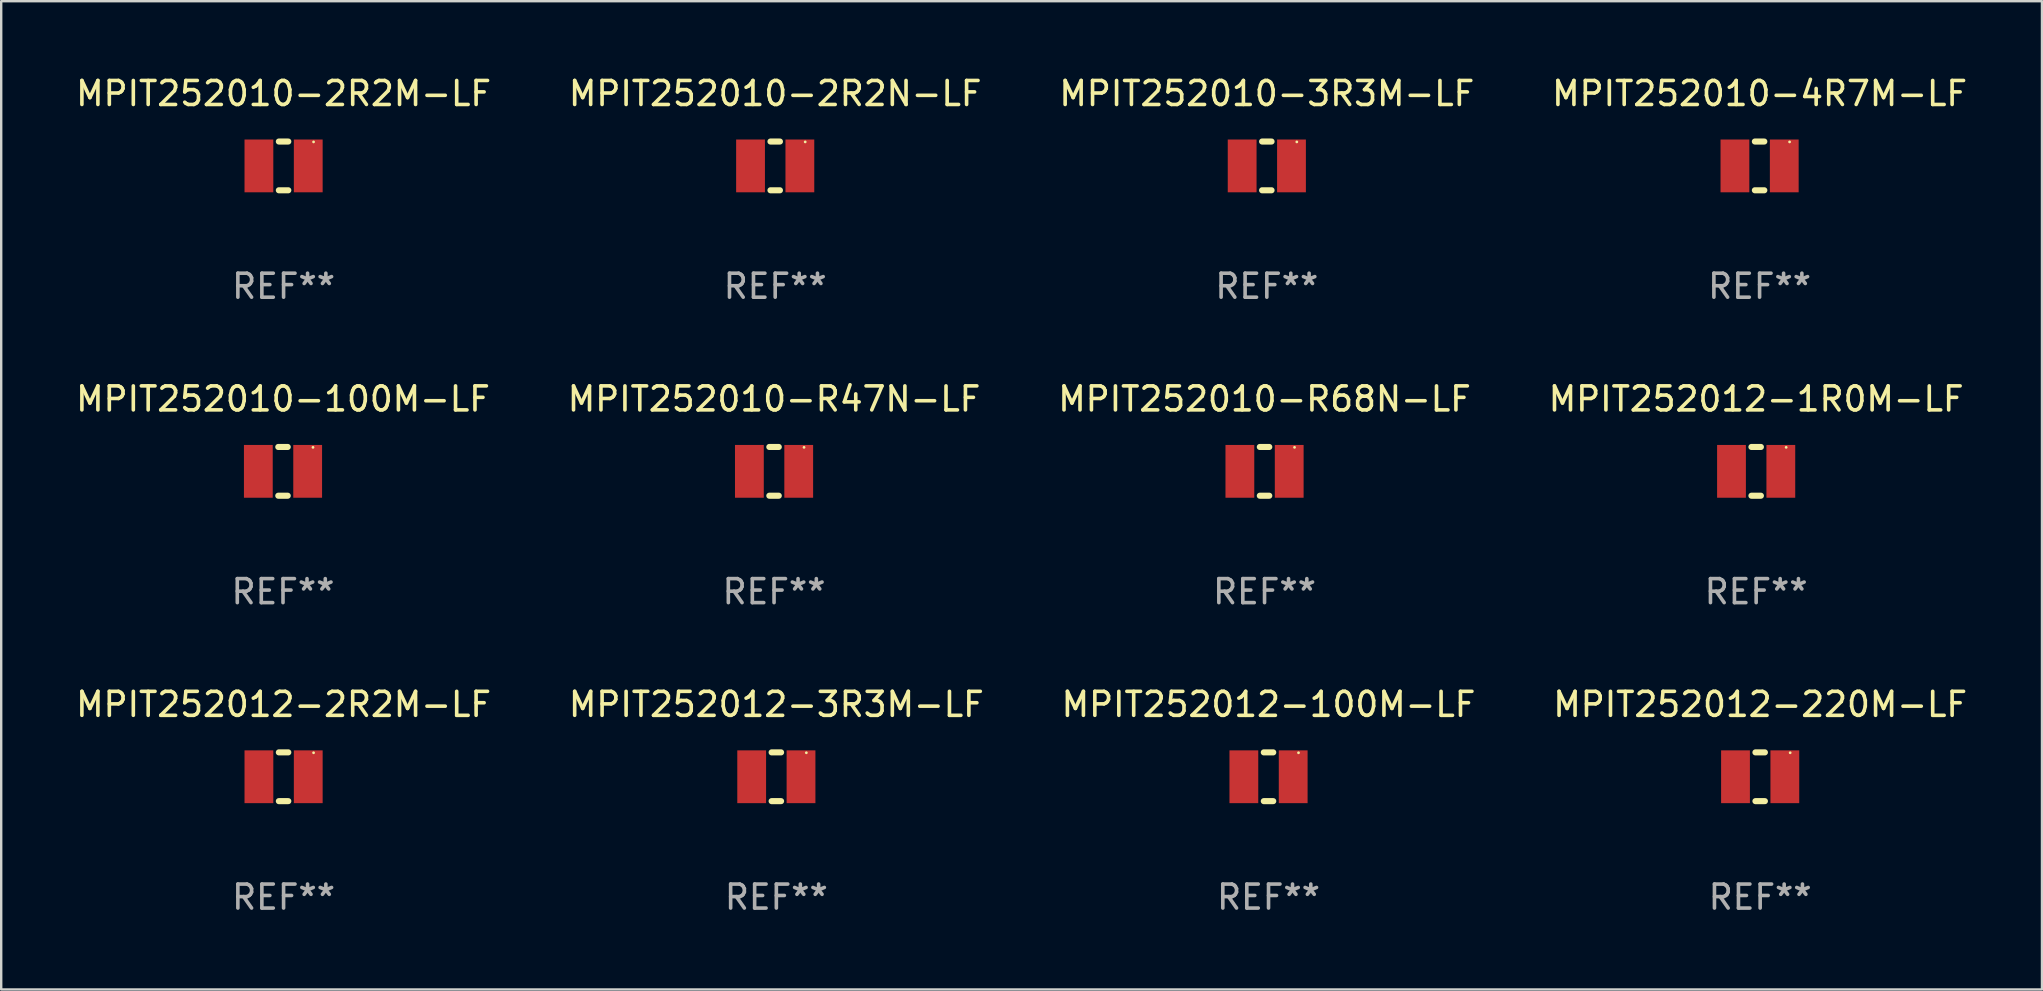
<source format=kicad_pcb>
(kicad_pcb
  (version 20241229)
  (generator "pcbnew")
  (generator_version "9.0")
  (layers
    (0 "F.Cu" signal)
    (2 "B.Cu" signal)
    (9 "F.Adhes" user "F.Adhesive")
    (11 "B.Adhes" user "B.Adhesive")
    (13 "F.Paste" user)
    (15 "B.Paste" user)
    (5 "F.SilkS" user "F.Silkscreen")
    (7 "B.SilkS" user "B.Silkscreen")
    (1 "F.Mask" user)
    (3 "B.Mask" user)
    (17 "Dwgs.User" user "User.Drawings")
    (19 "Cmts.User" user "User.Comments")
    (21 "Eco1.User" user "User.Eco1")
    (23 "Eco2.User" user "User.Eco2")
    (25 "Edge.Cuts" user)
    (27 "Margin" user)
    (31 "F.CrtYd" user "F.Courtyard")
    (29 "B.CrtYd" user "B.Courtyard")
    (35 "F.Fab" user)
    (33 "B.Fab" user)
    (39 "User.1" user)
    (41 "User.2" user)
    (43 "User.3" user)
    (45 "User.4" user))
  (footprint "MPIT252010-2R2N-LF"
    (layer "F.Cu")
    (at 29.256 3.864)
    (property "Reference" "MPIT252010-2R2N-LF" (at 0 -3.016 0) (layer "F.SilkS") (effects (font (size 1 1) (thickness 0.15))))
    (attr through_hole)
    (fp_line (start -0.197 1.016) (end 0.197 1.016) (stroke (width 0.254) (type solid)) (layer "F.SilkS"))
    (fp_line (start 0.197 -1.016) (end -0.197 -1.016) (stroke (width 0.254) (type solid)) (layer "F.SilkS"))
    (fp_circle (center 1.25 -1) (end 1.28 -1) (stroke (width 0.06) (type solid)) (fill no) (layer "F.SilkS"))
    (fp_text user "REF**" (at 0 5.016 0) (layer "F.Fab") (effects (font (size 1 1) (thickness 0.15))))
    (pad "1" smd rect (at 1.028 0) (size 1.2 2.2) (layers "F.Cu" "F.Mask" "F.Paste"))
    (pad "2" smd rect (at -1.028 0) (size 1.2 2.2) (layers "F.Cu" "F.Mask" "F.Paste")))
  (footprint "MPIT252010-2R2M-LF"
    (layer "F.Cu")
    (at 8.768 3.864)
    (property "Reference" "MPIT252010-2R2M-LF" (at 0 -3.016 0) (layer "F.SilkS") (effects (font (size 1 1) (thickness 0.15))))
    (attr through_hole)
    (fp_line (start -0.197 1.016) (end 0.197 1.016) (stroke (width 0.254) (type solid)) (layer "F.SilkS"))
    (fp_line (start 0.197 -1.016) (end -0.197 -1.016) (stroke (width 0.254) (type solid)) (layer "F.SilkS"))
    (fp_circle (center 1.25 -1) (end 1.28 -1) (stroke (width 0.06) (type solid)) (fill no) (layer "F.SilkS"))
    (fp_text user "REF**" (at 0 5.016 0) (layer "F.Fab") (effects (font (size 1 1) (thickness 0.15))))
    (pad "1" smd rect (at 1.028 0) (size 1.2 2.2) (layers "F.Cu" "F.Mask" "F.Paste"))
    (pad "2" smd rect (at -1.028 0) (size 1.2 2.2) (layers "F.Cu" "F.Mask" "F.Paste")))
  (footprint "MPIT252012-1R0M-LF"
    (layer "F.Cu")
    (at 70.137 16.593)
    (property "Reference" "MPIT252012-1R0M-LF" (at 0 -3.016 0) (layer "F.SilkS") (effects (font (size 1 1) (thickness 0.15))))
    (attr through_hole)
    (fp_line (start -0.197 1.016) (end 0.197 1.016) (stroke (width 0.254) (type solid)) (layer "F.SilkS"))
    (fp_line (start 0.197 -1.016) (end -0.197 -1.016) (stroke (width 0.254) (type solid)) (layer "F.SilkS"))
    (fp_circle (center 1.25 -1) (end 1.28 -1) (stroke (width 0.06) (type solid)) (fill no) (layer "F.SilkS"))
    (fp_text user "REF**" (at 0 5.016 0) (layer "F.Fab") (effects (font (size 1 1) (thickness 0.15))))
    (pad "1" smd rect (at 1.028 0) (size 1.2 2.2) (layers "F.Cu" "F.Mask" "F.Paste"))
    (pad "2" smd rect (at -1.028 0) (size 1.2 2.2) (layers "F.Cu" "F.Mask" "F.Paste")))
  (footprint "MPIT252010-3R3M-LF"
    (layer "F.Cu")
    (at 49.744 3.864)
    (property "Reference" "MPIT252010-3R3M-LF" (at 0 -3.016 0) (layer "F.SilkS") (effects (font (size 1 1) (thickness 0.15))))
    (attr through_hole)
    (fp_line (start -0.197 1.016) (end 0.197 1.016) (stroke (width 0.254) (type solid)) (layer "F.SilkS"))
    (fp_line (start 0.197 -1.016) (end -0.197 -1.016) (stroke (width 0.254) (type solid)) (layer "F.SilkS"))
    (fp_circle (center 1.25 -1) (end 1.28 -1) (stroke (width 0.06) (type solid)) (fill no) (layer "F.SilkS"))
    (fp_text user "REF**" (at 0 5.016 0) (layer "F.Fab") (effects (font (size 1 1) (thickness 0.15))))
    (pad "1" smd rect (at 1.028 0) (size 1.2 2.2) (layers "F.Cu" "F.Mask" "F.Paste"))
    (pad "2" smd rect (at -1.028 0) (size 1.2 2.2) (layers "F.Cu" "F.Mask" "F.Paste")))
  (footprint "MPIT252010-4R7M-LF"
    (layer "F.Cu")
    (at 70.28 3.864)
    (property "Reference" "MPIT252010-4R7M-LF" (at 0 -3.016 0) (layer "F.SilkS") (effects (font (size 1 1) (thickness 0.15))))
    (attr through_hole)
    (fp_line (start -0.197 1.016) (end 0.197 1.016) (stroke (width 0.254) (type solid)) (layer "F.SilkS"))
    (fp_line (start 0.197 -1.016) (end -0.197 -1.016) (stroke (width 0.254) (type solid)) (layer "F.SilkS"))
    (fp_circle (center 1.25 -1) (end 1.28 -1) (stroke (width 0.06) (type solid)) (fill no) (layer "F.SilkS"))
    (fp_text user "REF**" (at 0 5.016 0) (layer "F.Fab") (effects (font (size 1 1) (thickness 0.15))))
    (pad "1" smd rect (at 1.028 0) (size 1.2 2.2) (layers "F.Cu" "F.Mask" "F.Paste"))
    (pad "2" smd rect (at -1.028 0) (size 1.2 2.2) (layers "F.Cu" "F.Mask" "F.Paste")))
  (footprint "MPIT252012-3R3M-LF"
    (layer "F.Cu")
    (at 29.304 29.321)
    (property "Reference" "MPIT252012-3R3M-LF" (at 0 -3.016 0) (layer "F.SilkS") (effects (font (size 1 1) (thickness 0.15))))
    (attr through_hole)
    (fp_line (start -0.197 1.016) (end 0.197 1.016) (stroke (width 0.254) (type solid)) (layer "F.SilkS"))
    (fp_line (start 0.197 -1.016) (end -0.197 -1.016) (stroke (width 0.254) (type solid)) (layer "F.SilkS"))
    (fp_circle (center 1.25 -1) (end 1.28 -1) (stroke (width 0.06) (type solid)) (fill no) (layer "F.SilkS"))
    (fp_text user "REF**" (at 0 5.016 0) (layer "F.Fab") (effects (font (size 1 1) (thickness 0.15))))
    (pad "1" smd rect (at 1.028 0) (size 1.2 2.2) (layers "F.Cu" "F.Mask" "F.Paste"))
    (pad "2" smd rect (at -1.028 0) (size 1.2 2.2) (layers "F.Cu" "F.Mask" "F.Paste")))
  (footprint "MPIT252012-220M-LF"
    (layer "F.Cu")
    (at 70.304 29.321)
    (property "Reference" "MPIT252012-220M-LF" (at 0 -3.016 0) (layer "F.SilkS") (effects (font (size 1 1) (thickness 0.15))))
    (attr through_hole)
    (fp_line (start -0.197 1.016) (end 0.197 1.016) (stroke (width 0.254) (type solid)) (layer "F.SilkS"))
    (fp_line (start 0.197 -1.016) (end -0.197 -1.016) (stroke (width 0.254) (type solid)) (layer "F.SilkS"))
    (fp_circle (center 1.25 -1) (end 1.28 -1) (stroke (width 0.06) (type solid)) (fill no) (layer "F.SilkS"))
    (fp_text user "REF**" (at 0 5.016 0) (layer "F.Fab") (effects (font (size 1 1) (thickness 0.15))))
    (pad "1" smd rect (at 1.028 0) (size 1.2 2.2) (layers "F.Cu" "F.Mask" "F.Paste"))
    (pad "2" smd rect (at -1.028 0) (size 1.2 2.2) (layers "F.Cu" "F.Mask" "F.Paste")))
  (footprint "MPIT252012-100M-LF"
    (layer "F.Cu")
    (at 49.815 29.321)
    (property "Reference" "MPIT252012-100M-LF" (at 0 -3.016 0) (layer "F.SilkS") (effects (font (size 1 1) (thickness 0.15))))
    (attr through_hole)
    (fp_line (start -0.197 1.016) (end 0.197 1.016) (stroke (width 0.254) (type solid)) (layer "F.SilkS"))
    (fp_line (start 0.197 -1.016) (end -0.197 -1.016) (stroke (width 0.254) (type solid)) (layer "F.SilkS"))
    (fp_circle (center 1.25 -1) (end 1.28 -1) (stroke (width 0.06) (type solid)) (fill no) (layer "F.SilkS"))
    (fp_text user "REF**" (at 0 5.016 0) (layer "F.Fab") (effects (font (size 1 1) (thickness 0.15))))
    (pad "1" smd rect (at 1.028 0) (size 1.2 2.2) (layers "F.Cu" "F.Mask" "F.Paste"))
    (pad "2" smd rect (at -1.028 0) (size 1.2 2.2) (layers "F.Cu" "F.Mask" "F.Paste")))
  (footprint "MPIT252010-R68N-LF"
    (layer "F.Cu")
    (at 49.649 16.593)
    (property "Reference" "MPIT252010-R68N-LF" (at 0 -3.016 0) (layer "F.SilkS") (effects (font (size 1 1) (thickness 0.15))))
    (attr through_hole)
    (fp_line (start -0.197 1.016) (end 0.197 1.016) (stroke (width 0.254) (type solid)) (layer "F.SilkS"))
    (fp_line (start 0.197 -1.016) (end -0.197 -1.016) (stroke (width 0.254) (type solid)) (layer "F.SilkS"))
    (fp_circle (center 1.25 -1) (end 1.28 -1) (stroke (width 0.06) (type solid)) (fill no) (layer "F.SilkS"))
    (fp_text user "REF**" (at 0 5.016 0) (layer "F.Fab") (effects (font (size 1 1) (thickness 0.15))))
    (pad "1" smd rect (at 1.028 0) (size 1.2 2.2) (layers "F.Cu" "F.Mask" "F.Paste"))
    (pad "2" smd rect (at -1.028 0) (size 1.2 2.2) (layers "F.Cu" "F.Mask" "F.Paste")))
  (footprint "MPIT252010-100M-LF"
    (layer "F.Cu")
    (at 8.744 16.593)
    (property "Reference" "MPIT252010-100M-LF" (at 0 -3.016 0) (layer "F.SilkS") (effects (font (size 1 1) (thickness 0.15))))
    (attr through_hole)
    (fp_line (start -0.197 1.016) (end 0.197 1.016) (stroke (width 0.254) (type solid)) (layer "F.SilkS"))
    (fp_line (start 0.197 -1.016) (end -0.197 -1.016) (stroke (width 0.254) (type solid)) (layer "F.SilkS"))
    (fp_circle (center 1.25 -1) (end 1.28 -1) (stroke (width 0.06) (type solid)) (fill no) (layer "F.SilkS"))
    (fp_text user "REF**" (at 0 5.016 0) (layer "F.Fab") (effects (font (size 1 1) (thickness 0.15))))
    (pad "1" smd rect (at 1.028 0) (size 1.2 2.2) (layers "F.Cu" "F.Mask" "F.Paste"))
    (pad "2" smd rect (at -1.028 0) (size 1.2 2.2) (layers "F.Cu" "F.Mask" "F.Paste")))
  (footprint "MPIT252010-R47N-LF"
    (layer "F.Cu")
    (at 29.208 16.593)
    (property "Reference" "MPIT252010-R47N-LF" (at 0 -3.016 0) (layer "F.SilkS") (effects (font (size 1 1) (thickness 0.15))))
    (attr through_hole)
    (fp_line (start -0.197 1.016) (end 0.197 1.016) (stroke (width 0.254) (type solid)) (layer "F.SilkS"))
    (fp_line (start 0.197 -1.016) (end -0.197 -1.016) (stroke (width 0.254) (type solid)) (layer "F.SilkS"))
    (fp_circle (center 1.25 -1) (end 1.28 -1) (stroke (width 0.06) (type solid)) (fill no) (layer "F.SilkS"))
    (fp_text user "REF**" (at 0 5.016 0) (layer "F.Fab") (effects (font (size 1 1) (thickness 0.15))))
    (pad "1" smd rect (at 1.028 0) (size 1.2 2.2) (layers "F.Cu" "F.Mask" "F.Paste"))
    (pad "2" smd rect (at -1.028 0) (size 1.2 2.2) (layers "F.Cu" "F.Mask" "F.Paste")))
  (footprint "MPIT252012-2R2M-LF"
    (layer "F.Cu")
    (at 8.768 29.321)
    (property "Reference" "MPIT252012-2R2M-LF" (at 0 -3.016 0) (layer "F.SilkS") (effects (font (size 1 1) (thickness 0.15))))
    (attr through_hole)
    (fp_line (start -0.197 1.016) (end 0.197 1.016) (stroke (width 0.254) (type solid)) (layer "F.SilkS"))
    (fp_line (start 0.197 -1.016) (end -0.197 -1.016) (stroke (width 0.254) (type solid)) (layer "F.SilkS"))
    (fp_circle (center 1.25 -1) (end 1.28 -1) (stroke (width 0.06) (type solid)) (fill no) (layer "F.SilkS"))
    (fp_text user "REF**" (at 0 5.016 0) (layer "F.Fab") (effects (font (size 1 1) (thickness 0.15))))
    (pad "1" smd rect (at 1.028 0) (size 1.2 2.2) (layers "F.Cu" "F.Mask" "F.Paste"))
    (pad "2" smd rect (at -1.028 0) (size 1.2 2.2) (layers "F.Cu" "F.Mask" "F.Paste")))
  (gr_rect
    (start -3 -3)
    (end 82.048 38.186)
    (stroke (width 0.1) (type default))
    (fill no)
    (layer "Edge.Cuts")))
</source>
